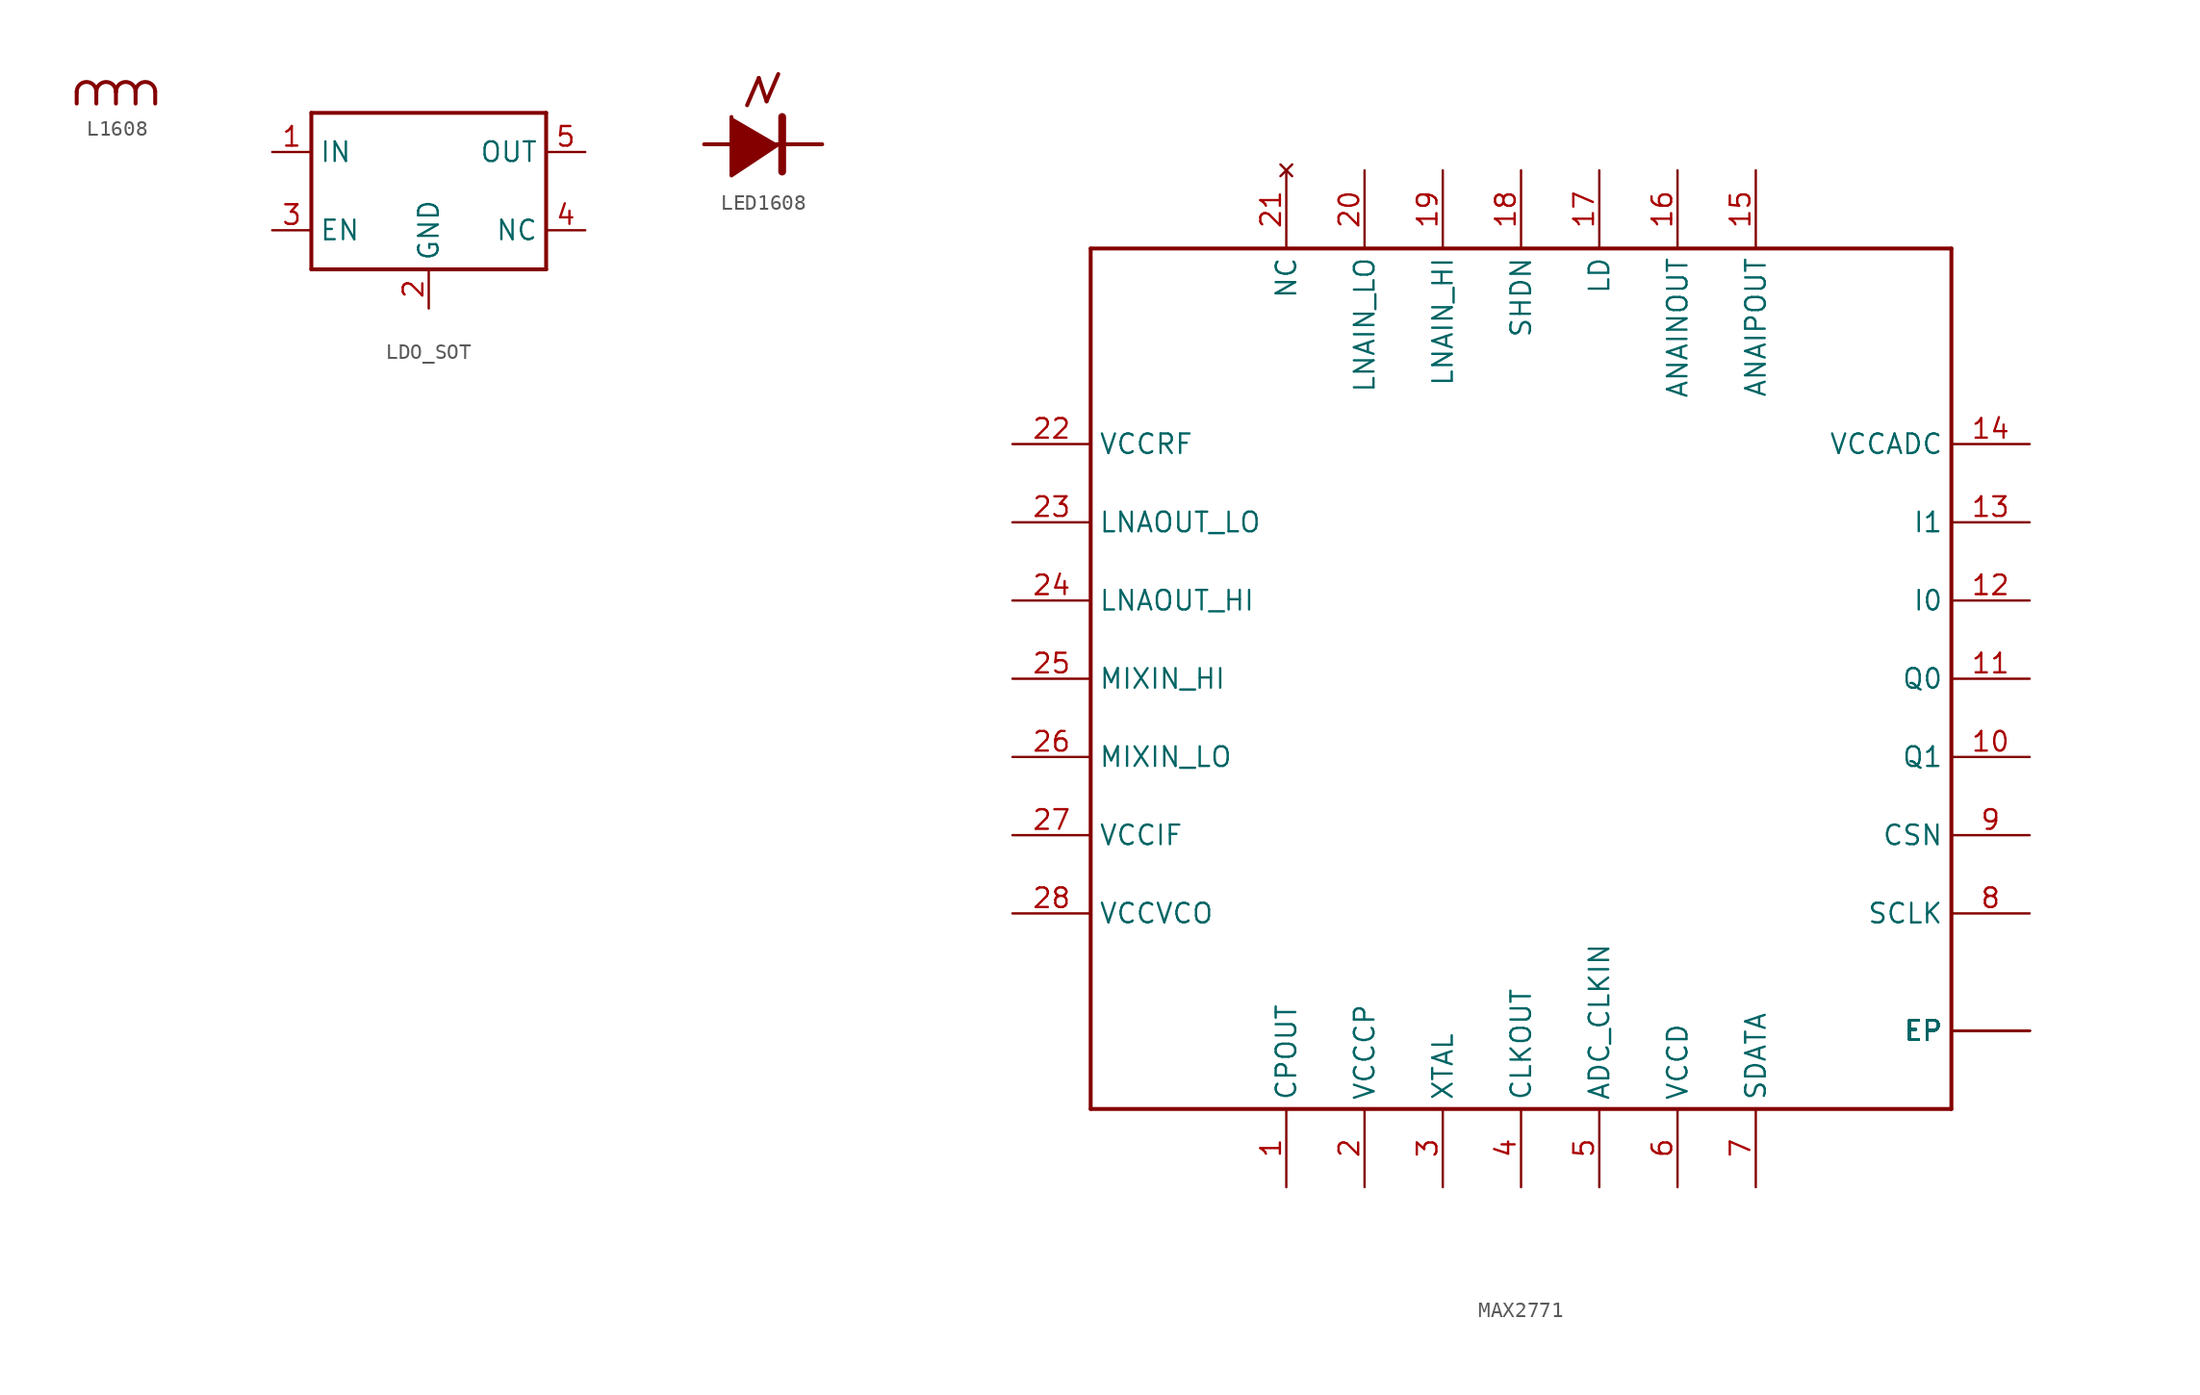
<source format=kicad_sym>
(kicad_symbol_lib
  (version 20220914)
  (generator kicad_symbol_editor)
  (symbol "L1608"
    (property "Reference" ""
      (at -4.826 2.032 0)
      (effects (font (size 1.27 1.079)) (justify left bottom) hide))
    (property "Value" ""
      (at 0 2.032 0)
      (effects (font (size 1.27 1.079)) (justify left bottom)))
    (property "ki_locked" ""
      (at 0 0 0)
      (effects (font (size 1.27 1.27))))
    (symbol "L1608_1_0"
      (arc (start -1.27 0.762) (mid -1.905 1.3943) (end -2.54 0.762) (stroke (width 0.254) (type solid)) (fill (type none)))
      (polyline (pts (xy -2.54 0) (xy -2.54 0.762)) (stroke (width 0.254) (type solid)) (fill (type none)))
      (polyline (pts (xy -1.27 0) (xy -1.27 0.762)) (stroke (width 0.254) (type solid)) (fill (type none)))
      (polyline (pts (xy 0 0) (xy 0 0.762)) (stroke (width 0.254) (type solid)) (fill (type none)))
      (polyline (pts (xy 1.27 0) (xy 1.27 0.762)) (stroke (width 0.254) (type solid)) (fill (type none)))
      (polyline (pts (xy 2.54 0.762) (xy 2.54 0)) (stroke (width 0.254) (type solid)) (fill (type none)))
      (arc (start 0 0.762) (mid -0.635 1.3943) (end -1.27 0.762) (stroke (width 0.254) (type solid)) (fill (type none)))
      (arc (start 1.27 0.762) (mid 0.635 1.3943) (end 0 0.762) (stroke (width 0.254) (type solid)) (fill (type none)))
      (arc (start 2.54 0.762) (mid 1.905 1.3943) (end 1.27 0.762) (stroke (width 0.254) (type solid)) (fill (type none)))
      (pin passive line (at -2.54 0 0) (length 0) (name "P$1" (effects (font (size 0 0)))) (number "1" (effects (font (size 0 0)))))
      (pin passive line (at 2.54 0 0) (length 0) (name "P$2" (effects (font (size 0 0)))) (number "2" (effects (font (size 0 0)))))))
  (symbol "LDO_SOT"
    (property "Reference" ""
      (at -10.16 6.35 0)
      (effects (font (size 1.778 1.511)) (justify left bottom) hide))
    (property "Value" ""
      (at 0 6.35 0)
      (effects (font (size 1.778 1.511)) (justify left bottom)))
    (property "ki_locked" ""
      (at 0 0 0)
      (effects (font (size 1.27 1.27))))
    (symbol "LDO_SOT_1_0"
      (polyline (pts (xy -7.62 -5.08) (xy -7.62 5.08)) (stroke (width 0.254) (type solid)) (fill (type none)))
      (polyline (pts (xy -7.62 5.08) (xy 7.62 5.08)) (stroke (width 0.254) (type solid)) (fill (type none)))
      (polyline (pts (xy 7.62 -5.08) (xy -7.62 -5.08)) (stroke (width 0.254) (type solid)) (fill (type none)))
      (polyline (pts (xy 7.62 5.08) (xy 7.62 -5.08)) (stroke (width 0.254) (type solid)) (fill (type none)))
      (pin bidirectional line (at -10.16 2.54 0) (length 2.54) (name "IN" (effects (font (size 1.27 1.27)))) (number "1" (effects (font (size 1.27 1.27)))))
      (pin bidirectional line (at 0 -7.62 90) (length 2.54) (name "GND" (effects (font (size 1.27 1.27)))) (number "2" (effects (font (size 1.27 1.27)))))
      (pin bidirectional line (at -10.16 -2.54 0) (length 2.54) (name "EN" (effects (font (size 1.27 1.27)))) (number "3" (effects (font (size 1.27 1.27)))))
      (pin bidirectional line (at 10.16 -2.54 180) (length 2.54) (name "NC" (effects (font (size 1.27 1.27)))) (number "4" (effects (font (size 1.27 1.27)))))
      (pin bidirectional line (at 10.16 2.54 180) (length 2.54) (name "OUT" (effects (font (size 1.27 1.27)))) (number "5" (effects (font (size 1.27 1.27)))))))
  (symbol "LED1608"
    (property "Reference" ""
      (at -1.27 -5.08 0)
      (effects (font (size 1.27 1.079)) (justify left bottom) hide))
    (property "ki_locked" ""
      (at 0 0 0)
      (effects (font (size 1.27 1.27))))
    (symbol "LED1608_1_0"
      (polyline (pts (xy -2.54 0) (xy 5.144 0)) (stroke (width 0.254) (type solid)) (fill (type none)))
      (polyline (pts (xy 0.254 2.54) (xy 1.016 4.318)) (stroke (width 0.254) (type solid)) (fill (type none)))
      (polyline (pts (xy 1.016 4.318) (xy 1.524 2.794)) (stroke (width 0.254) (type solid)) (fill (type none)))
      (polyline (pts (xy 1.524 2.794) (xy 2.286 4.572)) (stroke (width 0.254) (type solid)) (fill (type none)))
      (polyline (pts (xy 2.54 1.778) (xy 2.54 -1.778)) (stroke (width 0.508) (type solid)) (fill (type none)))
      (polyline (pts (xy -0.762 1.778) (xy -0.762 -2.032) (xy 2.286 0)) (stroke (width 0.254) (type solid)) (fill (type outline)))
      (pin passive line (at -2.54 0 0) (length 0) (name "+" (effects (font (size 0 0)))) (number "1" (effects (font (size 0 0)))))
      (pin passive line (at 5.08 0 0) (length 0) (name "P$2" (effects (font (size 0 0)))) (number "2" (effects (font (size 0 0)))))))
  (symbol "MAX2771"
    (property "Reference" ""
      (at -5.08 10.16 0)
      (effects (font (size 1.27 1.079)) (justify left bottom) hide))
    (property "Value" ""
      (at -5.08 5.08 0)
      (effects (font (size 1.27 1.079)) (justify left bottom)))
    (property "ki_locked" ""
      (at 0 0 0)
      (effects (font (size 1.27 1.27))))
    (symbol "MAX2771_1_0"
      (polyline (pts (xy -27.94 -27.94) (xy 27.94 -27.94)) (stroke (width 0.254) (type solid)) (fill (type none)))
      (polyline (pts (xy -27.94 27.94) (xy -27.94 -27.94)) (stroke (width 0.254) (type solid)) (fill (type none)))
      (polyline (pts (xy 27.94 -27.94) (xy 27.94 27.94)) (stroke (width 0.254) (type solid)) (fill (type none)))
      (polyline (pts (xy 27.94 27.94) (xy -27.94 27.94)) (stroke (width 0.254) (type solid)) (fill (type none)))
      (pin bidirectional line (at -15.24 -33.02 90) (length 5.08) (name "CPOUT" (effects (font (size 1.27 1.27)))) (number "1" (effects (font (size 1.27 1.27)))))
      (pin output line (at 33.02 -5.08 180) (length 5.08) (name "Q1" (effects (font (size 1.27 1.27)))) (number "10" (effects (font (size 1.27 1.27)))))
      (pin output line (at 33.02 0 180) (length 5.08) (name "Q0" (effects (font (size 1.27 1.27)))) (number "11" (effects (font (size 1.27 1.27)))))
      (pin output line (at 33.02 5.08 180) (length 5.08) (name "I0" (effects (font (size 1.27 1.27)))) (number "12" (effects (font (size 1.27 1.27)))))
      (pin output line (at 33.02 10.16 180) (length 5.08) (name "I1" (effects (font (size 1.27 1.27)))) (number "13" (effects (font (size 1.27 1.27)))))
      (pin power_in line (at 33.02 15.24 180) (length 5.08) (name "VCCADC" (effects (font (size 1.27 1.27)))) (number "14" (effects (font (size 1.27 1.27)))))
      (pin bidirectional line (at 15.24 33.02 270) (length 5.08) (name "ANAIPOUT" (effects (font (size 1.27 1.27)))) (number "15" (effects (font (size 1.27 1.27)))))
      (pin bidirectional line (at 10.16 33.02 270) (length 5.08) (name "ANAINOUT" (effects (font (size 1.27 1.27)))) (number "16" (effects (font (size 1.27 1.27)))))
      (pin output line (at 5.08 33.02 270) (length 5.08) (name "LD" (effects (font (size 1.27 1.27)))) (number "17" (effects (font (size 1.27 1.27)))))
      (pin bidirectional line (at 0 33.02 270) (length 5.08) (name "SHDN" (effects (font (size 1.27 1.27)))) (number "18" (effects (font (size 1.27 1.27)))))
      (pin bidirectional line (at -5.08 33.02 270) (length 5.08) (name "LNAIN_HI" (effects (font (size 1.27 1.27)))) (number "19" (effects (font (size 1.27 1.27)))))
      (pin power_in line (at -10.16 -33.02 90) (length 5.08) (name "VCCCP" (effects (font (size 1.27 1.27)))) (number "2" (effects (font (size 1.27 1.27)))))
      (pin bidirectional line (at -10.16 33.02 270) (length 5.08) (name "LNAIN_LO" (effects (font (size 1.27 1.27)))) (number "20" (effects (font (size 1.27 1.27)))))
      (pin no_connect line (at -15.24 33.02 270) (length 5.08) (name "NC" (effects (font (size 1.27 1.27)))) (number "21" (effects (font (size 1.27 1.27)))))
      (pin power_in line (at -33.02 15.24 0) (length 5.08) (name "VCCRF" (effects (font (size 1.27 1.27)))) (number "22" (effects (font (size 1.27 1.27)))))
      (pin output line (at -33.02 10.16 0) (length 5.08) (name "LNAOUT_LO" (effects (font (size 1.27 1.27)))) (number "23" (effects (font (size 1.27 1.27)))))
      (pin output line (at -33.02 5.08 0) (length 5.08) (name "LNAOUT_HI" (effects (font (size 1.27 1.27)))) (number "24" (effects (font (size 1.27 1.27)))))
      (pin input line (at -33.02 0 0) (length 5.08) (name "MIXIN_HI" (effects (font (size 1.27 1.27)))) (number "25" (effects (font (size 1.27 1.27)))))
      (pin input line (at -33.02 -5.08 0) (length 5.08) (name "MIXIN_LO" (effects (font (size 1.27 1.27)))) (number "26" (effects (font (size 1.27 1.27)))))
      (pin power_in line (at -33.02 -10.16 0) (length 5.08) (name "VCCIF" (effects (font (size 1.27 1.27)))) (number "27" (effects (font (size 1.27 1.27)))))
      (pin power_in line (at -33.02 -15.24 0) (length 5.08) (name "VCCVCO" (effects (font (size 1.27 1.27)))) (number "28" (effects (font (size 1.27 1.27)))))
      (pin bidirectional line (at -5.08 -33.02 90) (length 5.08) (name "XTAL" (effects (font (size 1.27 1.27)))) (number "3" (effects (font (size 1.27 1.27)))))
      (pin bidirectional line (at 0 -33.02 90) (length 5.08) (name "CLKOUT" (effects (font (size 1.27 1.27)))) (number "4" (effects (font (size 1.27 1.27)))))
      (pin bidirectional line (at 5.08 -33.02 90) (length 5.08) (name "ADC_CLKIN" (effects (font (size 1.27 1.27)))) (number "5" (effects (font (size 1.27 1.27)))))
      (pin power_in line (at 10.16 -33.02 90) (length 5.08) (name "VCCD" (effects (font (size 1.27 1.27)))) (number "6" (effects (font (size 1.27 1.27)))))
      (pin bidirectional line (at 15.24 -33.02 90) (length 5.08) (name "SDATA" (effects (font (size 1.27 1.27)))) (number "7" (effects (font (size 1.27 1.27)))))
      (pin input line (at 33.02 -15.24 180) (length 5.08) (name "SCLK" (effects (font (size 1.27 1.27)))) (number "8" (effects (font (size 1.27 1.27)))))
      (pin input line (at 33.02 -10.16 180) (length 5.08) (name "CSN" (effects (font (size 1.27 1.27)))) (number "9" (effects (font (size 1.27 1.27)))))
      (pin power_in line (at 33.02 -22.86 180) (length 5.08) (name "EP" (effects (font (size 1.27 1.27)))) (number "C1" (effects (font (size 0 0)))))
      (pin power_in line (at 33.02 -22.86 180) (length 5.08) (name "EP" (effects (font (size 1.27 1.27)))) (number "C2" (effects (font (size 0 0)))))
      (pin power_in line (at 33.02 -22.86 180) (length 5.08) (name "EP" (effects (font (size 1.27 1.27)))) (number "C3" (effects (font (size 0 0)))))
      (pin power_in line (at 33.02 -22.86 180) (length 5.08) (name "EP" (effects (font (size 1.27 1.27)))) (number "C4" (effects (font (size 0 0)))))
      (pin power_in line (at 33.02 -22.86 180) (length 5.08) (name "EP" (effects (font (size 1.27 1.27)))) (number "EP" (effects (font (size 0 0)))))
      (pin power_in line (at 33.02 -22.86 180) (length 5.08) (name "EP" (effects (font (size 1.27 1.27)))) (number "V1" (effects (font (size 0 0)))))
      (pin power_in line (at 33.02 -22.86 180) (length 5.08) (name "EP" (effects (font (size 1.27 1.27)))) (number "V2" (effects (font (size 0 0)))))
      (pin power_in line (at 33.02 -22.86 180) (length 5.08) (name "EP" (effects (font (size 1.27 1.27)))) (number "V3" (effects (font (size 0 0)))))
      (pin power_in line (at 33.02 -22.86 180) (length 5.08) (name "EP" (effects (font (size 1.27 1.27)))) (number "V4" (effects (font (size 0 0)))))
      (pin power_in line (at 33.02 -22.86 180) (length 5.08) (name "EP" (effects (font (size 1.27 1.27)))) (number "V5" (effects (font (size 0 0)))))
      (pin power_in line (at 33.02 -22.86 180) (length 5.08) (name "EP" (effects (font (size 1.27 1.27)))) (number "V6" (effects (font (size 0 0)))))
      (pin power_in line (at 33.02 -22.86 180) (length 5.08) (name "EP" (effects (font (size 1.27 1.27)))) (number "V7" (effects (font (size 0 0)))))
      (pin power_in line (at 33.02 -22.86 180) (length 5.08) (name "EP" (effects (font (size 1.27 1.27)))) (number "V8" (effects (font (size 0 0)))))
      (pin power_in line (at 33.02 -22.86 180) (length 5.08) (name "EP" (effects (font (size 1.27 1.27)))) (number "V9" (effects (font (size 0 0))))))))
</source>
